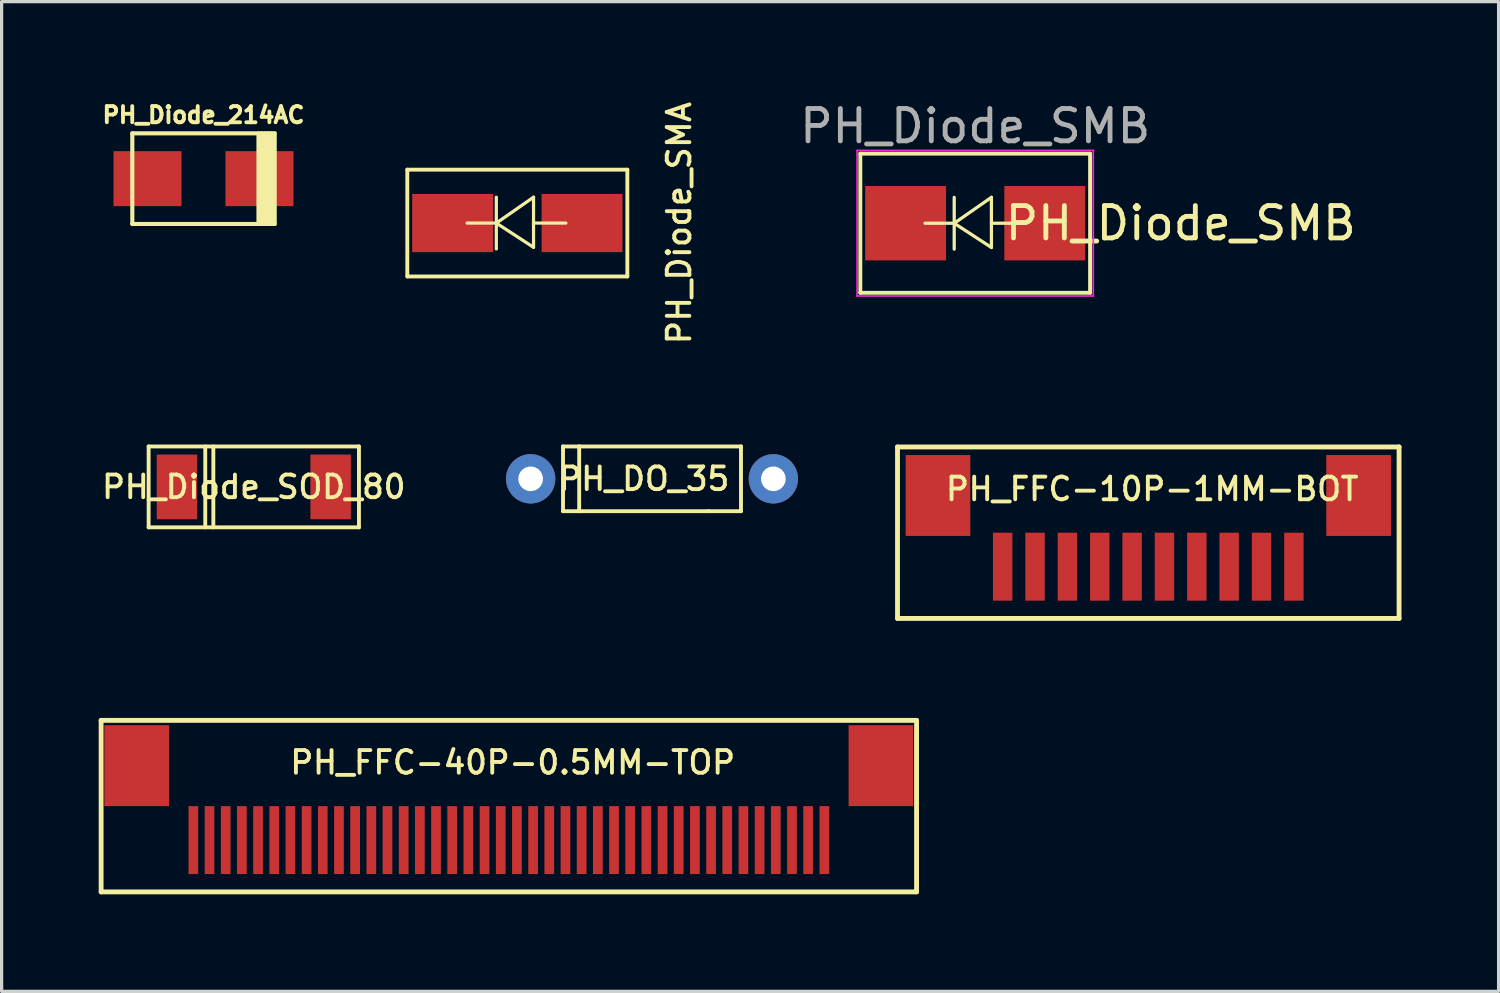
<source format=kicad_pcb>
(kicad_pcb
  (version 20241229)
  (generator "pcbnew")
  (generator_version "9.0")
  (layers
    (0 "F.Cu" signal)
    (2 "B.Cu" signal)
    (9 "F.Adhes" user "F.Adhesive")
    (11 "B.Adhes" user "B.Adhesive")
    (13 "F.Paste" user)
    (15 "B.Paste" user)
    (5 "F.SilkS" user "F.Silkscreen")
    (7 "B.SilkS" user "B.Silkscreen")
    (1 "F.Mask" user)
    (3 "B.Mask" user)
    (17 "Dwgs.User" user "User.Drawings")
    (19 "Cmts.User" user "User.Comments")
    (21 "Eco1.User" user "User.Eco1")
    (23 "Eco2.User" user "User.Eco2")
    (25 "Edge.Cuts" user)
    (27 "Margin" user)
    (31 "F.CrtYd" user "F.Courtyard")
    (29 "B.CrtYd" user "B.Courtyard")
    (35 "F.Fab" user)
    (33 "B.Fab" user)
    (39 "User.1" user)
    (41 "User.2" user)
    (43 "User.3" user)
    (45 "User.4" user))
  (footprint "PH_FFC-10P-1MM-BOT"
    (layer "F.Cu")
    (at 32.436 13.412)
    (property "Reference" "PH_FFC-10P-1MM-BOT" (at 0.12 -1.35 0) (layer "F.SilkS") (effects (font (size 0.7 0.7) (thickness 0.12))))
    (attr through_hole)
    (fp_line (start -7.75 -2.65) (end -7.75 2.65) (stroke (width 0.15) (type solid)) (layer "F.SilkS"))
    (fp_line (start -7.75 -2.65) (end 7.75 -2.65) (stroke (width 0.15) (type solid)) (layer "F.SilkS"))
    (fp_line (start -7.75 2.65) (end 7.75 2.65) (stroke (width 0.15) (type solid)) (layer "F.SilkS"))
    (fp_line (start 7.75 2.65) (end 7.75 -2.65) (stroke (width 0.15) (type solid)) (layer "F.SilkS"))
    (pad "" smd rect (at -6.5 -1.15) (size 2 2.5) (layers "F.Cu" "F.Mask" "F.Paste"))
    (pad "" smd rect (at 6.5 -1.15) (size 2 2.5) (layers "F.Cu" "F.Mask" "F.Paste"))
    (pad "1" smd rect (at -4.5 1.05) (size 0.6 2.1) (layers "F.Cu" "F.Mask" "F.Paste"))
    (pad "2" smd rect (at -3.5 1.05) (size 0.6 2.1) (layers "F.Cu" "F.Mask" "F.Paste"))
    (pad "3" smd rect (at -2.5 1.05) (size 0.6 2.1) (layers "F.Cu" "F.Mask" "F.Paste"))
    (pad "4" smd rect (at -1.5 1.05) (size 0.6 2.1) (layers "F.Cu" "F.Mask" "F.Paste"))
    (pad "5" smd rect (at -0.5 1.05) (size 0.6 2.1) (layers "F.Cu" "F.Mask" "F.Paste"))
    (pad "6" smd rect (at 0.5 1.05) (size 0.6 2.1) (layers "F.Cu" "F.Mask" "F.Paste"))
    (pad "7" smd rect (at 1.5 1.05) (size 0.6 2.1) (layers "F.Cu" "F.Mask" "F.Paste"))
    (pad "8" smd rect (at 2.5 1.05) (size 0.6 2.1) (layers "F.Cu" "F.Mask" "F.Paste"))
    (pad "9" smd rect (at 3.5 1.05) (size 0.6 2.1) (layers "F.Cu" "F.Mask" "F.Paste"))
    (pad "10" smd rect (at 4.5 1.05) (size 0.6 2.1) (layers "F.Cu" "F.Mask" "F.Paste")))
  (footprint "PH_Diode_SMA"
    (layer "F.Cu")
    (at 12.937 3.843)
    (property "Reference" "PH_Diode_SMA" (at 5 0 90) (layer "F.SilkS") (effects (font (size 0.7 0.7) (thickness 0.12))))
    (attr smd)
    (fp_line (start -3.4 -1.65) (end -3.4 1.65) (stroke (width 0.12) (type solid)) (layer "F.SilkS"))
    (fp_line (start -3.4 -1.65) (end 3.4 -1.65) (stroke (width 0.12) (type solid)) (layer "F.SilkS"))
    (fp_line (start -3.4 1.65) (end 3.4 1.65) (stroke (width 0.12) (type solid)) (layer "F.SilkS"))
    (fp_line (start -0.649 -0.799) (end -0.649 0.801) (stroke (width 0.1) (type solid)) (layer "F.SilkS"))
    (fp_line (start -0.649 0.001) (end -1.551 0.001) (stroke (width 0.1) (type solid)) (layer "F.SilkS"))
    (fp_line (start -0.649 0.001) (end 0.501 -0.799) (stroke (width 0.1) (type solid)) (layer "F.SilkS"))
    (fp_line (start -0.649 0.001) (end 0.501 0.75) (stroke (width 0.1) (type solid)) (layer "F.SilkS"))
    (fp_line (start 0.501 0.001) (end 1.499 0.001) (stroke (width 0.1) (type solid)) (layer "F.SilkS"))
    (fp_line (start 0.501 0.75) (end 0.501 -0.799) (stroke (width 0.1) (type solid)) (layer "F.SilkS"))
    (fp_line (start 3.4 -1.65) (end 3.4 1.65) (stroke (width 0.12) (type solid)) (layer "F.SilkS"))
    (fp_text user "" (at 0 -2.5 0) (layer "F.Fab") (effects (font (size 0.7 0.7) (thickness 0.12))))
    (pad "1" smd rect (at -2 0) (size 2.5 1.8) (layers "F.Cu" "F.Mask" "F.Paste"))
    (pad "2" smd rect (at 2 0) (size 2.5 1.8) (layers "F.Cu" "F.Mask" "F.Paste")))
  (footprint "PH_DO_35"
    (layer "F.Cu")
    (at 16.849 11.747)
    (property "Reference" "PH_DO_35" (at 0 0 0) (layer "F.SilkS") (effects (font (size 0.7 0.7) (thickness 0.12))))
    (attr through_hole)
    (fp_line (start -2.5 -1) (end -2.5 1) (stroke (width 0.12) (type solid)) (layer "F.SilkS"))
    (fp_line (start -2.5 1) (end -2 1) (stroke (width 0.12) (type solid)) (layer "F.SilkS"))
    (fp_line (start -2 -1) (end -2.5 -1) (stroke (width 0.12) (type solid)) (layer "F.SilkS"))
    (fp_line (start -2 -1) (end -2 1) (stroke (width 0.12) (type solid)) (layer "F.SilkS"))
    (fp_line (start -2 1) (end 2 1) (stroke (width 0.12) (type solid)) (layer "F.SilkS"))
    (fp_line (start 2 1) (end 3 1) (stroke (width 0.12) (type solid)) (layer "F.SilkS"))
    (fp_line (start 3 -1) (end -2 -1) (stroke (width 0.12) (type solid)) (layer "F.SilkS"))
    (fp_line (start 3 1) (end 3 -1) (stroke (width 0.12) (type solid)) (layer "F.SilkS"))
    (pad "1" thru_hole circle (at -3.5 0) (size 1.524 1.524) (drill 0.762) (layers "*.Cu" "*.Mask"))
    (pad "2" thru_hole circle (at 4 0) (size 1.524 1.524) (drill 0.762) (layers "*.Cu" "*.Mask")))
  (footprint "PH_FFC-40P-0.5MM-TOP"
    (layer "F.Cu")
    (at 12.675 21.862)
    (property "Reference" "PH_FFC-40P-0.5MM-TOP" (at 0.12 -1.35 0) (layer "F.SilkS") (effects (font (size 0.7 0.7) (thickness 0.12))))
    (attr through_hole)
    (fp_line (start -12.6 -2.65) (end -12.6 2.65) (stroke (width 0.15) (type solid)) (layer "F.SilkS"))
    (fp_line (start -12.6 -2.65) (end 12.6 -2.65) (stroke (width 0.15) (type solid)) (layer "F.SilkS"))
    (fp_line (start -12.6 2.65) (end 12.6 2.65) (stroke (width 0.15) (type solid)) (layer "F.SilkS"))
    (fp_line (start 12.6 2.65) (end 12.6 -2.65) (stroke (width 0.15) (type solid)) (layer "F.SilkS"))
    (pad "" smd rect (at -11.5 -1.25) (size 2 2.5) (layers "F.Cu" "F.Mask" "F.Paste"))
    (pad "" smd rect (at 11.5 -1.25) (size 2 2.5) (layers "F.Cu" "F.Mask" "F.Paste"))
    (pad "1" smd rect (at -9.75 1.05) (size 0.3 2.1) (layers "F.Cu" "F.Mask" "F.Paste"))
    (pad "2" smd rect (at -9.25 1.05) (size 0.3 2.1) (layers "F.Cu" "F.Mask" "F.Paste"))
    (pad "3" smd rect (at -8.75 1.05) (size 0.3 2.1) (layers "F.Cu" "F.Mask" "F.Paste"))
    (pad "4" smd rect (at -8.25 1.05) (size 0.3 2.1) (layers "F.Cu" "F.Mask" "F.Paste"))
    (pad "5" smd rect (at -7.75 1.05) (size 0.3 2.1) (layers "F.Cu" "F.Mask" "F.Paste"))
    (pad "6" smd rect (at -7.25 1.05) (size 0.3 2.1) (layers "F.Cu" "F.Mask" "F.Paste"))
    (pad "7" smd rect (at -6.75 1.05) (size 0.3 2.1) (layers "F.Cu" "F.Mask" "F.Paste"))
    (pad "8" smd rect (at -6.25 1.05) (size 0.3 2.1) (layers "F.Cu" "F.Mask" "F.Paste"))
    (pad "9" smd rect (at -5.75 1.05) (size 0.3 2.1) (layers "F.Cu" "F.Mask" "F.Paste"))
    (pad "10" smd rect (at -5.25 1.05) (size 0.3 2.1) (layers "F.Cu" "F.Mask" "F.Paste"))
    (pad "11" smd rect (at -4.75 1.05) (size 0.3 2.1) (layers "F.Cu" "F.Mask" "F.Paste"))
    (pad "12" smd rect (at -4.25 1.05) (size 0.3 2.1) (layers "F.Cu" "F.Mask" "F.Paste"))
    (pad "13" smd rect (at -3.75 1.05) (size 0.3 2.1) (layers "F.Cu" "F.Mask" "F.Paste"))
    (pad "14" smd rect (at -3.25 1.05) (size 0.3 2.1) (layers "F.Cu" "F.Mask" "F.Paste"))
    (pad "15" smd rect (at -2.75 1.05) (size 0.3 2.1) (layers "F.Cu" "F.Mask" "F.Paste"))
    (pad "16" smd rect (at -2.25 1.05) (size 0.3 2.1) (layers "F.Cu" "F.Mask" "F.Paste"))
    (pad "17" smd rect (at -1.75 1.05) (size 0.3 2.1) (layers "F.Cu" "F.Mask" "F.Paste"))
    (pad "18" smd rect (at -1.25 1.05) (size 0.3 2.1) (layers "F.Cu" "F.Mask" "F.Paste"))
    (pad "19" smd rect (at -0.75 1.05) (size 0.3 2.1) (layers "F.Cu" "F.Mask" "F.Paste"))
    (pad "20" smd rect (at -0.25 1.05) (size 0.3 2.1) (layers "F.Cu" "F.Mask" "F.Paste"))
    (pad "21" smd rect (at 0.25 1.05) (size 0.3 2.1) (layers "F.Cu" "F.Mask" "F.Paste"))
    (pad "22" smd rect (at 0.75 1.05) (size 0.3 2.1) (layers "F.Cu" "F.Mask" "F.Paste"))
    (pad "23" smd rect (at 1.25 1.05) (size 0.3 2.1) (layers "F.Cu" "F.Mask" "F.Paste"))
    (pad "24" smd rect (at 1.75 1.05) (size 0.3 2.1) (layers "F.Cu" "F.Mask" "F.Paste"))
    (pad "25" smd rect (at 2.25 1.05) (size 0.3 2.1) (layers "F.Cu" "F.Mask" "F.Paste"))
    (pad "26" smd rect (at 2.75 1.05) (size 0.3 2.1) (layers "F.Cu" "F.Mask" "F.Paste"))
    (pad "27" smd rect (at 3.25 1.05) (size 0.3 2.1) (layers "F.Cu" "F.Mask" "F.Paste"))
    (pad "28" smd rect (at 3.75 1.05) (size 0.3 2.1) (layers "F.Cu" "F.Mask" "F.Paste"))
    (pad "29" smd rect (at 4.25 1.05) (size 0.3 2.1) (layers "F.Cu" "F.Mask" "F.Paste"))
    (pad "30" smd rect (at 4.75 1.05) (size 0.3 2.1) (layers "F.Cu" "F.Mask" "F.Paste"))
    (pad "31" smd rect (at 5.25 1.05) (size 0.3 2.1) (layers "F.Cu" "F.Mask" "F.Paste"))
    (pad "32" smd rect (at 5.75 1.05) (size 0.3 2.1) (layers "F.Cu" "F.Mask" "F.Paste"))
    (pad "33" smd rect (at 6.25 1.05) (size 0.3 2.1) (layers "F.Cu" "F.Mask" "F.Paste"))
    (pad "34" smd rect (at 6.75 1.05) (size 0.3 2.1) (layers "F.Cu" "F.Mask" "F.Paste"))
    (pad "35" smd rect (at 7.25 1.05) (size 0.3 2.1) (layers "F.Cu" "F.Mask" "F.Paste"))
    (pad "36" smd rect (at 7.75 1.05) (size 0.3 2.1) (layers "F.Cu" "F.Mask" "F.Paste"))
    (pad "37" smd rect (at 8.25 1.05) (size 0.3 2.1) (layers "F.Cu" "F.Mask" "F.Paste"))
    (pad "38" smd rect (at 8.75 1.05) (size 0.3 2.1) (layers "F.Cu" "F.Mask" "F.Paste"))
    (pad "39" smd rect (at 9.25 1.05) (size 0.3 2.1) (layers "F.Cu" "F.Mask" "F.Paste"))
    (pad "40" smd rect (at 9.75 1.05) (size 0.3 2.1) (layers "F.Cu" "F.Mask" "F.Paste")))
  (footprint "PH_Diode_214AC"
    (layer "F.Cu")
    (at 3.239 2.471)
    (property "Reference" "PH_Diode_214AC" (at 0 -1.968 0) (layer "F.SilkS") (effects (font (size 0.5 0.5) (thickness 0.119))))
    (attr through_hole)
    (fp_line (start -2.2 -1.4) (end -2.2 1.4) (stroke (width 0.127) (type solid)) (layer "F.SilkS"))
    (fp_line (start -2.2 1.4) (end 2.2 1.4) (stroke (width 0.127) (type solid)) (layer "F.SilkS"))
    (fp_line (start 1.699 -1.4) (end 1.699 1.4) (stroke (width 0.127) (type solid)) (layer "F.SilkS"))
    (fp_line (start 1.801 -1.4) (end 1.801 1.4) (stroke (width 0.127) (type solid)) (layer "F.SilkS"))
    (fp_line (start 1.9 1.4) (end 1.9 -1.4) (stroke (width 0.127) (type solid)) (layer "F.SilkS"))
    (fp_line (start 1.999 -1.4) (end 1.999 1.4) (stroke (width 0.127) (type solid)) (layer "F.SilkS"))
    (fp_line (start 2.101 1.4) (end 2.101 -1.4) (stroke (width 0.127) (type solid)) (layer "F.SilkS"))
    (fp_line (start 2.2 -1.4) (end -2.2 -1.4) (stroke (width 0.127) (type solid)) (layer "F.SilkS"))
    (fp_line (start 2.2 1.4) (end 2.2 -1.4) (stroke (width 0.127) (type solid)) (layer "F.SilkS"))
    (pad "1" smd rect (at -1.73 0) (size 2.101 1.699) (layers "F.Cu" "F.Mask" "F.Paste"))
    (pad "2" smd rect (at 1.73 0) (size 2.101 1.699) (layers "F.Cu" "F.Mask" "F.Paste")))
  (footprint "PH_Diode_SOD_80"
    (layer "F.Cu")
    (at 4.793 11.997)
    (property "Reference" "PH_Diode_SOD_80" (at 0 0 0) (layer "F.SilkS") (effects (font (size 0.7 0.7) (thickness 0.12))))
    (attr through_hole)
    (fp_line (start -3.25 -1.25) (end 3.25 -1.25) (stroke (width 0.12) (type solid)) (layer "F.SilkS"))
    (fp_line (start -3.25 1.25) (end -3.25 -1.25) (stroke (width 0.12) (type solid)) (layer "F.SilkS"))
    (fp_line (start -1.5 -1.25) (end -1.5 1.25) (stroke (width 0.12) (type solid)) (layer "F.SilkS"))
    (fp_line (start -1.25 -1.25) (end -1.25 1.25) (stroke (width 0.12) (type solid)) (layer "F.SilkS"))
    (fp_line (start 3.25 -1.25) (end 3.25 1.25) (stroke (width 0.12) (type solid)) (layer "F.SilkS"))
    (fp_line (start 3.25 1.25) (end -3.25 1.25) (stroke (width 0.12) (type solid)) (layer "F.SilkS"))
    (pad "1" smd rect (at -2.375 0) (size 1.25 2) (layers "F.Cu" "F.Mask" "F.Paste"))
    (pad "2" smd rect (at 2.375 0) (size 1.25 2) (layers "F.Cu" "F.Mask" "F.Paste")))
  (footprint "PH_Diode_SMB"
    (layer "F.Cu")
    (at 27.087 3.848)
    (property "Reference" "PH_Diode_SMB" (at 6.35 0 180) (layer "F.SilkS") (effects (font (size 1 1) (thickness 0.15))))
    (attr smd)
    (fp_line (start -3.55 -2.15) (end -3.55 2.15) (stroke (width 0.12) (type solid)) (layer "F.SilkS"))
    (fp_line (start -3.55 -2.15) (end 3.55 -2.15) (stroke (width 0.12) (type solid)) (layer "F.SilkS"))
    (fp_line (start -3.55 2.15) (end 3.55 2.15) (stroke (width 0.12) (type solid)) (layer "F.SilkS"))
    (fp_line (start -0.649 -0.799) (end -0.649 0.801) (stroke (width 0.1) (type solid)) (layer "F.SilkS"))
    (fp_line (start -0.649 0.001) (end -1.551 0.001) (stroke (width 0.1) (type solid)) (layer "F.SilkS"))
    (fp_line (start -0.649 0.001) (end 0.501 -0.799) (stroke (width 0.1) (type solid)) (layer "F.SilkS"))
    (fp_line (start -0.649 0.001) (end 0.501 0.75) (stroke (width 0.1) (type solid)) (layer "F.SilkS"))
    (fp_line (start 0.501 0.001) (end 1.499 0.001) (stroke (width 0.1) (type solid)) (layer "F.SilkS"))
    (fp_line (start 0.501 0.75) (end 0.501 -0.799) (stroke (width 0.1) (type solid)) (layer "F.SilkS"))
    (fp_line (start 3.55 -2.15) (end 3.55 2.15) (stroke (width 0.12) (type solid)) (layer "F.SilkS"))
    (fp_line (start -3.65 -2.25) (end 3.65 -2.25) (stroke (width 0.05) (type solid)) (layer "F.CrtYd"))
    (fp_line (start -3.65 2.25) (end -3.65 -2.25) (stroke (width 0.05) (type solid)) (layer "F.CrtYd"))
    (fp_line (start 3.65 -2.25) (end 3.65 2.25) (stroke (width 0.05) (type solid)) (layer "F.CrtYd"))
    (fp_line (start 3.65 2.25) (end -3.65 2.25) (stroke (width 0.05) (type solid)) (layer "F.CrtYd"))
    (fp_text user "${REFERENCE}" (at 0 -3 0) (layer "F.Fab") (effects (font (size 1 1) (thickness 0.15))))
    (pad "1" smd rect (at -2.15 0) (size 2.5 2.3) (layers "F.Cu" "F.Mask" "F.Paste"))
    (pad "2" smd rect (at 2.15 0) (size 2.5 2.3) (layers "F.Cu" "F.Mask" "F.Paste")))
  (gr_rect
    (start -3 -3)
    (end 43.261 27.587)
    (stroke (width 0.1) (type default))
    (fill no)
    (layer "Edge.Cuts")))
</source>
